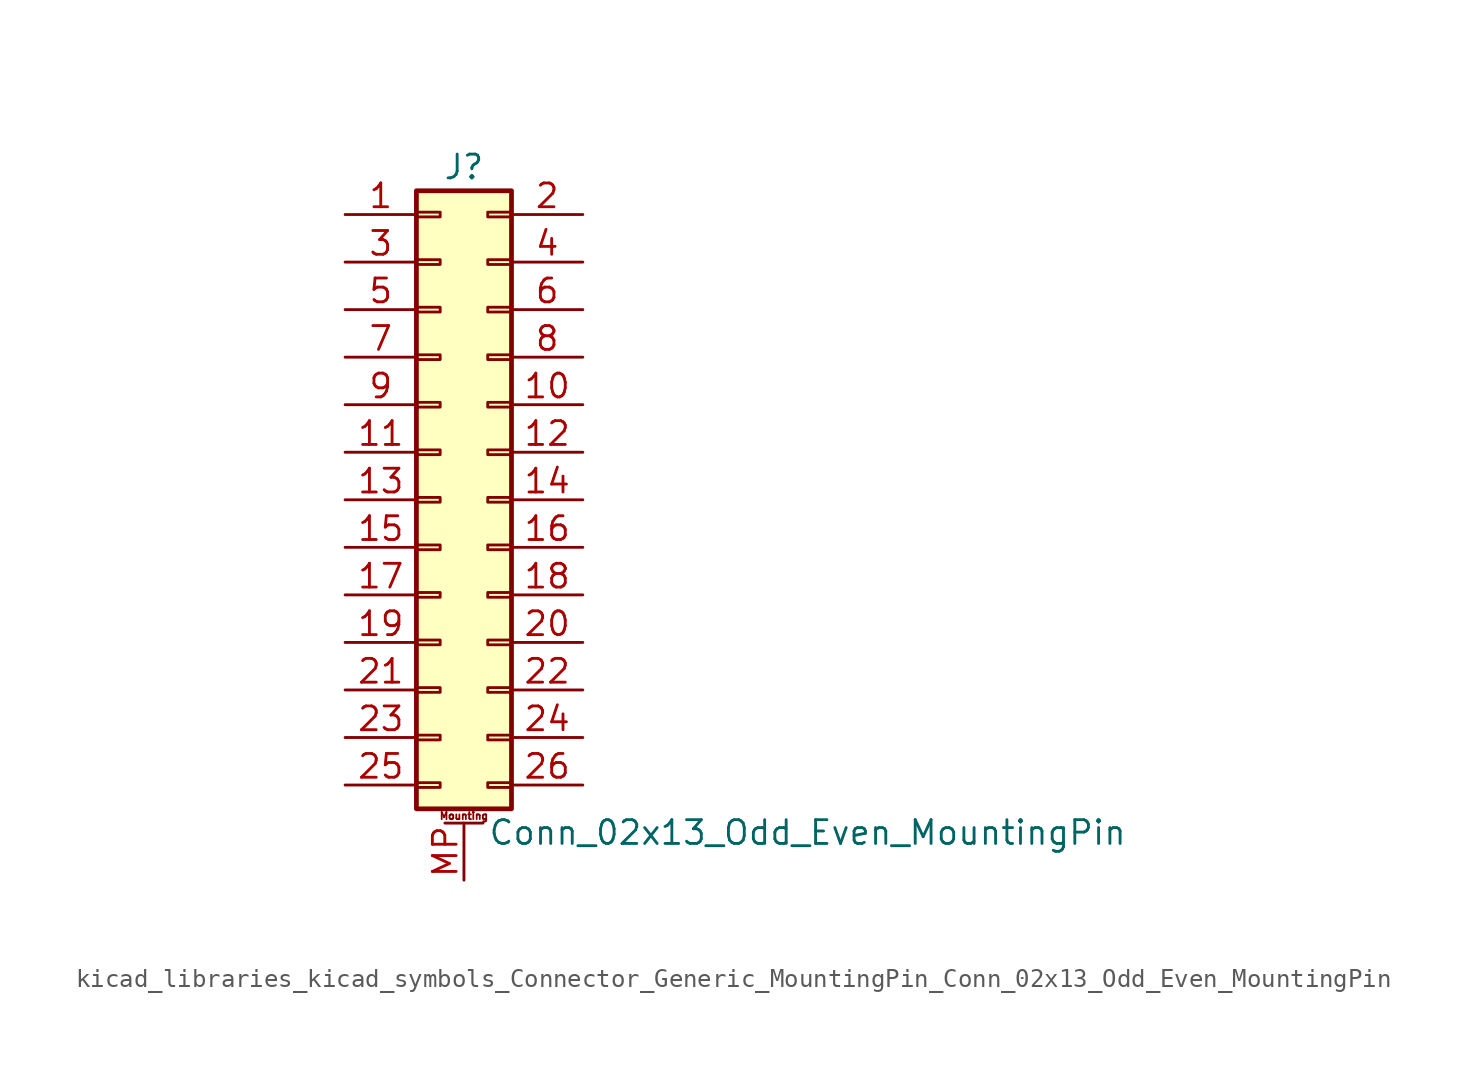
<source format=kicad_sym>
(kicad_symbol_lib
  (version 20220914)
  (generator kicad_symbol_editor)
  (symbol "kicad_libraries_kicad_symbols_Connector_Generic_MountingPin_Conn_02x13_Odd_Even_MountingPin"
    (pin_names
      (offset 1.016) hide)
    (property "Reference" "J"
      (at 1.27 17.78 0)
      (effects (font (size 1.27 1.27))))
    (property "Value" "Conn_02x13_Odd_Even_MountingPin"
      (at 2.54 -17.78 0)
      (effects (font (size 1.27 1.27)) (justify left)))
    (symbol "kicad_libraries_kicad_symbols_Connector_Generic_MountingPin_Conn_02x13_Odd_Even_MountingPin_1_1"
      (rectangle (start -1.27 -15.113) (end 0 -15.367) (stroke (width 0.152) (type default)) (fill (type none)))
      (rectangle (start -1.27 -12.573) (end 0 -12.827) (stroke (width 0.152) (type default)) (fill (type none)))
      (rectangle (start -1.27 -10.033) (end 0 -10.287) (stroke (width 0.152) (type default)) (fill (type none)))
      (rectangle (start -1.27 -7.493) (end 0 -7.747) (stroke (width 0.152) (type default)) (fill (type none)))
      (rectangle (start -1.27 -4.953) (end 0 -5.207) (stroke (width 0.152) (type default)) (fill (type none)))
      (rectangle (start -1.27 -2.413) (end 0 -2.667) (stroke (width 0.152) (type default)) (fill (type none)))
      (rectangle (start -1.27 0.127) (end 0 -0.127) (stroke (width 0.152) (type default)) (fill (type none)))
      (rectangle (start -1.27 2.667) (end 0 2.413) (stroke (width 0.152) (type default)) (fill (type none)))
      (rectangle (start -1.27 5.207) (end 0 4.953) (stroke (width 0.152) (type default)) (fill (type none)))
      (rectangle (start -1.27 7.747) (end 0 7.493) (stroke (width 0.152) (type default)) (fill (type none)))
      (rectangle (start -1.27 10.287) (end 0 10.033) (stroke (width 0.152) (type default)) (fill (type none)))
      (rectangle (start -1.27 12.827) (end 0 12.573) (stroke (width 0.152) (type default)) (fill (type none)))
      (rectangle (start -1.27 15.367) (end 0 15.113) (stroke (width 0.152) (type default)) (fill (type none)))
      (rectangle (start -1.27 16.51) (end 3.81 -16.51) (stroke (width 0.254) (type default)) (fill (type background)))
      (polyline (pts (xy 0.254 -17.272) (xy 2.286 -17.272)) (stroke (width 0.152) (type default)) (fill (type none)))
      (rectangle (start 3.81 -15.113) (end 2.54 -15.367) (stroke (width 0.152) (type default)) (fill (type none)))
      (rectangle (start 3.81 -12.573) (end 2.54 -12.827) (stroke (width 0.152) (type default)) (fill (type none)))
      (rectangle (start 3.81 -10.033) (end 2.54 -10.287) (stroke (width 0.152) (type default)) (fill (type none)))
      (rectangle (start 3.81 -7.493) (end 2.54 -7.747) (stroke (width 0.152) (type default)) (fill (type none)))
      (rectangle (start 3.81 -4.953) (end 2.54 -5.207) (stroke (width 0.152) (type default)) (fill (type none)))
      (rectangle (start 3.81 -2.413) (end 2.54 -2.667) (stroke (width 0.152) (type default)) (fill (type none)))
      (rectangle (start 3.81 0.127) (end 2.54 -0.127) (stroke (width 0.152) (type default)) (fill (type none)))
      (rectangle (start 3.81 2.667) (end 2.54 2.413) (stroke (width 0.152) (type default)) (fill (type none)))
      (rectangle (start 3.81 5.207) (end 2.54 4.953) (stroke (width 0.152) (type default)) (fill (type none)))
      (rectangle (start 3.81 7.747) (end 2.54 7.493) (stroke (width 0.152) (type default)) (fill (type none)))
      (rectangle (start 3.81 10.287) (end 2.54 10.033) (stroke (width 0.152) (type default)) (fill (type none)))
      (rectangle (start 3.81 12.827) (end 2.54 12.573) (stroke (width 0.152) (type default)) (fill (type none)))
      (rectangle (start 3.81 15.367) (end 2.54 15.113) (stroke (width 0.152) (type default)) (fill (type none)))
      (text "Mounting" (at 1.27 -16.891 0) (effects (font (size 0.381 0.381))))
      (pin passive line (at -5.08 15.24 0) (length 3.81) (name "Pin_1" (effects (font (size 1.27 1.27)))) (number "1" (effects (font (size 1.27 1.27)))))
      (pin passive line (at 7.62 5.08 180) (length 3.81) (name "Pin_10" (effects (font (size 1.27 1.27)))) (number "10" (effects (font (size 1.27 1.27)))))
      (pin passive line (at -5.08 2.54 0) (length 3.81) (name "Pin_11" (effects (font (size 1.27 1.27)))) (number "11" (effects (font (size 1.27 1.27)))))
      (pin passive line (at 7.62 2.54 180) (length 3.81) (name "Pin_12" (effects (font (size 1.27 1.27)))) (number "12" (effects (font (size 1.27 1.27)))))
      (pin passive line (at -5.08 0 0) (length 3.81) (name "Pin_13" (effects (font (size 1.27 1.27)))) (number "13" (effects (font (size 1.27 1.27)))))
      (pin passive line (at 7.62 0 180) (length 3.81) (name "Pin_14" (effects (font (size 1.27 1.27)))) (number "14" (effects (font (size 1.27 1.27)))))
      (pin passive line (at -5.08 -2.54 0) (length 3.81) (name "Pin_15" (effects (font (size 1.27 1.27)))) (number "15" (effects (font (size 1.27 1.27)))))
      (pin passive line (at 7.62 -2.54 180) (length 3.81) (name "Pin_16" (effects (font (size 1.27 1.27)))) (number "16" (effects (font (size 1.27 1.27)))))
      (pin passive line (at -5.08 -5.08 0) (length 3.81) (name "Pin_17" (effects (font (size 1.27 1.27)))) (number "17" (effects (font (size 1.27 1.27)))))
      (pin passive line (at 7.62 -5.08 180) (length 3.81) (name "Pin_18" (effects (font (size 1.27 1.27)))) (number "18" (effects (font (size 1.27 1.27)))))
      (pin passive line (at -5.08 -7.62 0) (length 3.81) (name "Pin_19" (effects (font (size 1.27 1.27)))) (number "19" (effects (font (size 1.27 1.27)))))
      (pin passive line (at 7.62 15.24 180) (length 3.81) (name "Pin_2" (effects (font (size 1.27 1.27)))) (number "2" (effects (font (size 1.27 1.27)))))
      (pin passive line (at 7.62 -7.62 180) (length 3.81) (name "Pin_20" (effects (font (size 1.27 1.27)))) (number "20" (effects (font (size 1.27 1.27)))))
      (pin passive line (at -5.08 -10.16 0) (length 3.81) (name "Pin_21" (effects (font (size 1.27 1.27)))) (number "21" (effects (font (size 1.27 1.27)))))
      (pin passive line (at 7.62 -10.16 180) (length 3.81) (name "Pin_22" (effects (font (size 1.27 1.27)))) (number "22" (effects (font (size 1.27 1.27)))))
      (pin passive line (at -5.08 -12.7 0) (length 3.81) (name "Pin_23" (effects (font (size 1.27 1.27)))) (number "23" (effects (font (size 1.27 1.27)))))
      (pin passive line (at 7.62 -12.7 180) (length 3.81) (name "Pin_24" (effects (font (size 1.27 1.27)))) (number "24" (effects (font (size 1.27 1.27)))))
      (pin passive line (at -5.08 -15.24 0) (length 3.81) (name "Pin_25" (effects (font (size 1.27 1.27)))) (number "25" (effects (font (size 1.27 1.27)))))
      (pin passive line (at 7.62 -15.24 180) (length 3.81) (name "Pin_26" (effects (font (size 1.27 1.27)))) (number "26" (effects (font (size 1.27 1.27)))))
      (pin passive line (at -5.08 12.7 0) (length 3.81) (name "Pin_3" (effects (font (size 1.27 1.27)))) (number "3" (effects (font (size 1.27 1.27)))))
      (pin passive line (at 7.62 12.7 180) (length 3.81) (name "Pin_4" (effects (font (size 1.27 1.27)))) (number "4" (effects (font (size 1.27 1.27)))))
      (pin passive line (at -5.08 10.16 0) (length 3.81) (name "Pin_5" (effects (font (size 1.27 1.27)))) (number "5" (effects (font (size 1.27 1.27)))))
      (pin passive line (at 7.62 10.16 180) (length 3.81) (name "Pin_6" (effects (font (size 1.27 1.27)))) (number "6" (effects (font (size 1.27 1.27)))))
      (pin passive line (at -5.08 7.62 0) (length 3.81) (name "Pin_7" (effects (font (size 1.27 1.27)))) (number "7" (effects (font (size 1.27 1.27)))))
      (pin passive line (at 7.62 7.62 180) (length 3.81) (name "Pin_8" (effects (font (size 1.27 1.27)))) (number "8" (effects (font (size 1.27 1.27)))))
      (pin passive line (at -5.08 5.08 0) (length 3.81) (name "Pin_9" (effects (font (size 1.27 1.27)))) (number "9" (effects (font (size 1.27 1.27)))))
      (pin passive line (at 1.27 -20.32 90) (length 3.048) (name "MountPin" (effects (font (size 1.27 1.27)))) (number "MP" (effects (font (size 1.27 1.27))))))))
</source>
